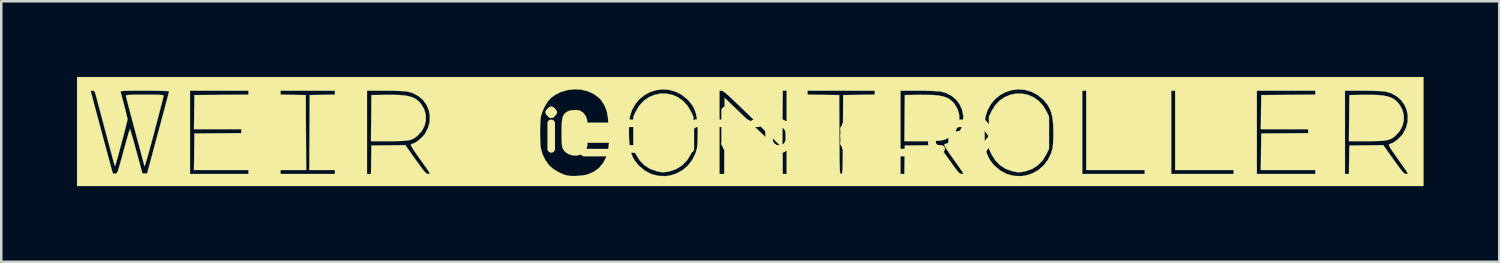
<source format=kicad_pcb>
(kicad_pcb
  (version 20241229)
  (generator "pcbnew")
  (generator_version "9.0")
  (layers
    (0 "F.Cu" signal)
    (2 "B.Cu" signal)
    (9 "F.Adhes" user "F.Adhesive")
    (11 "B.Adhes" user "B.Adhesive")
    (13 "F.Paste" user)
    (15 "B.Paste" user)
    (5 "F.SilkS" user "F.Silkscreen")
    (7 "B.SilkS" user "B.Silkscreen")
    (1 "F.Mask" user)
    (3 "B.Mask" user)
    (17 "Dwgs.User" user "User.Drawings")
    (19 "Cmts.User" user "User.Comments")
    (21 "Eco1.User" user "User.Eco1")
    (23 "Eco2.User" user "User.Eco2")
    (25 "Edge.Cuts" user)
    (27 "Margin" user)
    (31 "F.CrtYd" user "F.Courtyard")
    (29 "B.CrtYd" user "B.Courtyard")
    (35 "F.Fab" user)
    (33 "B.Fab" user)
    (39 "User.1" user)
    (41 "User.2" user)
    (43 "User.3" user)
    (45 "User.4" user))
  (footprint "weir_controller_text"
    (layer "F.Cu")
    (at 26.675 2.164)
    (property "Reference" "weir_controller_text" (at 0 0 0) (layer "F.SilkS") (effects (font (size 1.524 1.524) (thickness 0.3))))
    (attr through_hole)
    (fp_poly (pts (xy -13.873 -1.447) (xy -13.654 -1.425) (xy -13.476 -1.389) (xy -13.329 -1.337) (xy -13.208 -1.267) (xy -13.105 -1.176) (xy -13.027 -1.085) (xy -12.908 -0.88) (xy -12.848 -0.663) (xy -12.844 -0.441) (xy -12.897 -0.224) (xy -13.005 -0.021) (xy -13.161 0.152) (xy -13.243 0.221) (xy -13.322 0.274) (xy -13.407 0.314) (xy -13.508 0.343) (xy -13.634 0.362) (xy -13.793 0.373) (xy -13.996 0.379) (xy -14.25 0.381) (xy -14.31 0.381) (xy -15.019 0.381) (xy -15.01 -0.532) (xy -15.002 -1.445) (xy -14.462 -1.454) (xy -14.14 -1.455) (xy -13.873 -1.447)) (stroke (width 0.01) (type solid)) (fill yes) (layer "F.SilkS"))
    (fp_poly (pts (xy 7.272 -1.447) (xy 7.491 -1.425) (xy 7.67 -1.389) (xy 7.816 -1.337) (xy 7.937 -1.267) (xy 8.041 -1.176) (xy 8.119 -1.085) (xy 8.237 -0.88) (xy 8.298 -0.663) (xy 8.301 -0.441) (xy 8.249 -0.224) (xy 8.141 -0.021) (xy 7.985 0.152) (xy 7.903 0.221) (xy 7.824 0.274) (xy 7.738 0.314) (xy 7.637 0.343) (xy 7.512 0.362) (xy 7.353 0.373) (xy 7.15 0.379) (xy 6.895 0.381) (xy 6.836 0.381) (xy 6.127 0.381) (xy 6.135 -0.532) (xy 6.144 -1.445) (xy 6.683 -1.454) (xy 7.005 -1.455) (xy 7.272 -1.447)) (stroke (width 0.01) (type solid)) (fill yes) (layer "F.SilkS"))
    (fp_poly (pts (xy 24.893 -1.447) (xy 25.112 -1.425) (xy 25.291 -1.389) (xy 25.437 -1.337) (xy 25.558 -1.267) (xy 25.662 -1.176) (xy 25.74 -1.085) (xy 25.859 -0.88) (xy 25.919 -0.663) (xy 25.923 -0.441) (xy 25.87 -0.224) (xy 25.762 -0.021) (xy 25.606 0.152) (xy 25.524 0.221) (xy 25.445 0.274) (xy 25.359 0.314) (xy 25.259 0.343) (xy 25.133 0.362) (xy 24.974 0.373) (xy 24.771 0.379) (xy 24.516 0.381) (xy 24.457 0.381) (xy 23.748 0.381) (xy 23.756 -0.532) (xy 23.765 -1.445) (xy 24.305 -1.454) (xy 24.627 -1.455) (xy 24.893 -1.447)) (stroke (width 0.01) (type solid)) (fill yes) (layer "F.SilkS"))
    (fp_poly (pts (xy -3.301 -1.501) (xy -3.067 -1.452) (xy -2.846 -1.355) (xy -2.644 -1.211) (xy -2.469 -1.019) (xy -2.339 -0.8) (xy -2.238 -0.587) (xy -2.238 0.683) (xy -2.339 0.895) (xy -2.486 1.137) (xy -2.675 1.333) (xy -2.9 1.479) (xy -3.158 1.571) (xy -3.222 1.585) (xy -3.343 1.606) (xy -3.43 1.614) (xy -3.51 1.609) (xy -3.611 1.591) (xy -3.683 1.575) (xy -3.944 1.486) (xy -4.171 1.344) (xy -4.361 1.152) (xy -4.511 0.912) (xy -4.519 0.895) (xy -4.62 0.683) (xy -4.62 -0.587) (xy -4.519 -0.8) (xy -4.376 -1.036) (xy -4.199 -1.224) (xy -3.995 -1.364) (xy -3.773 -1.457) (xy -3.538 -1.503) (xy -3.301 -1.501)) (stroke (width 0.01) (type solid)) (fill yes) (layer "F.SilkS"))
    (fp_poly (pts (xy 10.796 -1.501) (xy 11.03 -1.452) (xy 11.251 -1.355) (xy 11.453 -1.211) (xy 11.628 -1.019) (xy 11.758 -0.8) (xy 11.859 -0.587) (xy 11.859 0.683) (xy 11.758 0.895) (xy 11.611 1.137) (xy 11.422 1.333) (xy 11.197 1.479) (xy 10.939 1.571) (xy 10.875 1.585) (xy 10.754 1.606) (xy 10.667 1.614) (xy 10.587 1.609) (xy 10.486 1.591) (xy 10.414 1.575) (xy 10.153 1.486) (xy 9.926 1.344) (xy 9.736 1.152) (xy 9.586 0.912) (xy 9.578 0.895) (xy 9.477 0.683) (xy 9.477 -0.587) (xy 9.578 -0.8) (xy 9.721 -1.036) (xy 9.898 -1.224) (xy 10.102 -1.364) (xy 10.324 -1.457) (xy 10.559 -1.503) (xy 10.796 -1.501)) (stroke (width 0.01) (type solid)) (fill yes) (layer "F.SilkS"))
    (fp_poly (pts (xy -23.745 -1.46) (xy -23.56 -1.458) (xy -23.425 -1.454) (xy -23.332 -1.448) (xy -23.275 -1.44) (xy -23.247 -1.428) (xy -23.241 -1.416) (xy -23.249 -1.377) (xy -23.272 -1.283) (xy -23.307 -1.14) (xy -23.355 -0.957) (xy -23.411 -0.738) (xy -23.476 -0.49) (xy -23.547 -0.221) (xy -23.59 -0.059) (xy -23.685 0.297) (xy -23.765 0.595) (xy -23.832 0.838) (xy -23.886 1.031) (xy -23.928 1.177) (xy -23.959 1.28) (xy -23.981 1.342) (xy -23.995 1.369) (xy -24.001 1.363) (xy -24.001 1.363) (xy -24.009 1.329) (xy -24.033 1.241) (xy -24.069 1.103) (xy -24.117 0.923) (xy -24.174 0.707) (xy -24.24 0.461) (xy -24.312 0.191) (xy -24.368 -0.017) (xy -24.444 -0.301) (xy -24.515 -0.566) (xy -24.578 -0.808) (xy -24.633 -1.018) (xy -24.678 -1.19) (xy -24.71 -1.319) (xy -24.729 -1.397) (xy -24.733 -1.419) (xy -24.721 -1.433) (xy -24.681 -1.443) (xy -24.605 -1.451) (xy -24.488 -1.456) (xy -24.324 -1.459) (xy -24.105 -1.46) (xy -23.987 -1.46) (xy -23.745 -1.46)) (stroke (width 0.01) (type solid)) (fill yes) (layer "F.SilkS"))
    (fp_poly (pts (xy 26.702 2.159) (xy -26.67 2.159) (xy -26.67 -1.607) (xy -26.13 -1.607) (xy -26.122 -1.574) (xy -26.1 -1.487) (xy -26.064 -1.352) (xy -26.018 -1.177) (xy -25.962 -0.968) (xy -25.899 -0.733) (xy -25.831 -0.478) (xy -25.759 -0.21) (xy -25.686 0.063) (xy -25.613 0.336) (xy -25.541 0.6) (xy -25.474 0.849) (xy -25.413 1.077) (xy -25.359 1.276) (xy -25.315 1.439) (xy -25.282 1.559) (xy -25.262 1.63) (xy -25.257 1.645) (xy -25.216 1.674) (xy -25.156 1.677) (xy -25.131 1.672) (xy -25.109 1.66) (xy -25.087 1.635) (xy -25.064 1.589) (xy -25.037 1.515) (xy -25.004 1.408) (xy -24.961 1.26) (xy -24.907 1.065) (xy -24.839 0.816) (xy -24.831 0.786) (xy -24.769 0.56) (xy -24.712 0.356) (xy -24.662 0.181) (xy -24.621 0.043) (xy -24.592 -0.051) (xy -24.576 -0.094) (xy -24.575 -0.095) (xy -24.562 -0.066) (xy -24.536 0.017) (xy -24.497 0.146) (xy -24.449 0.314) (xy -24.393 0.512) (xy -24.333 0.733) (xy -24.318 0.786) (xy -24.078 1.667) (xy -23.894 1.667) (xy -23.458 0.048) (xy -23.374 -0.262) (xy -23.296 -0.553) (xy -23.225 -0.82) (xy -23.162 -1.056) (xy -23.108 -1.257) (xy -23.066 -1.417) (xy -23.037 -1.529) (xy -23.022 -1.588) (xy -23.02 -1.595) (xy -23.05 -1.601) (xy -23.136 -1.607) (xy -23.27 -1.611) (xy -23.445 -1.615) (xy -23.652 -1.618) (xy -23.885 -1.619) (xy -23.989 -1.619) (xy -22.193 -1.619) (xy -22.193 1.683) (xy -19.875 1.683) (xy -19.875 1.524) (xy -22.036 1.524) (xy -22.027 0.802) (xy -22.019 0.079) (xy -21.09 0.071) (xy -20.161 0.063) (xy -20.161 -0.095) (xy -22.036 -0.095) (xy -22.027 -0.77) (xy -22.019 -1.445) (xy -20.947 -1.453) (xy -19.875 -1.461) (xy -19.875 -1.619) (xy -18.605 -1.619) (xy -18.605 -1.462) (xy -18.105 -1.453) (xy -17.605 -1.445) (xy -17.597 0.04) (xy -17.589 1.524) (xy -18.605 1.524) (xy -18.605 1.683) (xy -16.447 1.683) (xy -16.447 1.524) (xy -17.463 1.524) (xy -17.455 0.04) (xy -17.447 -1.445) (xy -16.947 -1.453) (xy -16.447 -1.462) (xy -16.447 -1.619) (xy -15.177 -1.619) (xy -15.177 1.683) (xy -15.019 1.683) (xy -15.011 1.119) (xy -15.002 0.556) (xy -13.659 0.539) (xy -13.252 1.111) (xy -13.117 1.299) (xy -13.013 1.441) (xy -12.934 1.544) (xy -12.875 1.613) (xy -12.83 1.655) (xy -12.794 1.676) (xy -12.761 1.683) (xy -12.755 1.683) (xy -12.722 1.684) (xy -12.699 1.682) (xy -12.688 1.673) (xy -12.693 1.649) (xy -12.717 1.604) (xy -12.763 1.533) (xy -12.835 1.429) (xy -12.937 1.286) (xy -13.071 1.098) (xy -13.092 1.069) (xy -13.224 0.882) (xy -13.321 0.74) (xy -13.386 0.637) (xy -13.423 0.567) (xy -13.436 0.525) (xy -13.428 0.506) (xy -13.37 0.48) (xy -13.35 0.477) (xy -13.286 0.454) (xy -13.194 0.396) (xy -13.09 0.314) (xy -12.989 0.22) (xy -12.905 0.126) (xy -12.89 0.107) (xy -8.317 0.107) (xy -8.314 0.307) (xy -8.306 0.486) (xy -8.293 0.625) (xy -8.286 0.67) (xy -8.218 0.905) (xy -8.108 1.132) (xy -7.969 1.326) (xy -7.926 1.372) (xy -7.764 1.504) (xy -7.567 1.622) (xy -7.361 1.711) (xy -7.239 1.745) (xy -7.094 1.762) (xy -6.912 1.764) (xy -6.718 1.751) (xy -6.538 1.726) (xy -6.424 1.7) (xy -6.182 1.595) (xy -5.977 1.441) (xy -5.812 1.242) (xy -5.69 1.002) (xy -5.616 0.727) (xy -5.605 0.643) (xy -5.582 0.445) (xy -6.445 0.445) (xy -6.445 0.548) (xy -6.463 0.646) (xy -6.504 0.747) (xy -6.51 0.756) (xy -6.608 0.861) (xy -6.741 0.926) (xy -6.893 0.952) (xy -7.05 0.939) (xy -7.199 0.889) (xy -7.324 0.802) (xy -7.402 0.699) (xy -7.424 0.65) (xy -7.44 0.59) (xy -7.451 0.51) (xy -7.457 0.398) (xy -7.46 0.244) (xy -7.461 0.048) (xy -7.461 0.048) (xy -4.794 0.048) (xy -4.787 0.354) (xy -4.762 0.609) (xy -4.718 0.822) (xy -4.65 1.005) (xy -4.555 1.167) (xy -4.43 1.319) (xy -4.384 1.367) (xy -4.153 1.557) (xy -3.899 1.688) (xy -3.627 1.758) (xy -3.34 1.768) (xy -3.171 1.746) (xy -2.907 1.665) (xy -2.665 1.53) (xy -2.455 1.348) (xy -2.284 1.127) (xy -2.158 0.874) (xy -2.099 0.673) (xy -2.086 0.579) (xy -2.075 0.438) (xy -2.067 0.269) (xy -2.064 0.088) (xy -2.064 0.048) (xy -2.071 -0.259) (xy -2.096 -0.513) (xy -2.14 -0.727) (xy -2.208 -0.91) (xy -2.303 -1.072) (xy -2.428 -1.224) (xy -2.474 -1.272) (xy -2.696 -1.453) (xy -2.937 -1.579) (xy -3.077 -1.619) (xy -1.206 -1.619) (xy -1.206 1.683) (xy -1.017 1.683) (xy -1.008 0.174) (xy -1 -1.335) (xy 0.15 -0.231) (xy 1.3 0.873) (xy 1.301 1.278) (xy 1.302 1.683) (xy 1.46 1.683) (xy 1.46 -1.619) (xy 2.286 -1.619) (xy 2.286 -1.462) (xy 2.913 -1.453) (xy 3.54 -1.445) (xy 3.548 0.119) (xy 3.55 0.474) (xy 3.552 0.771) (xy 3.554 1.015) (xy 3.557 1.211) (xy 3.56 1.364) (xy 3.564 1.48) (xy 3.569 1.564) (xy 3.576 1.621) (xy 3.584 1.656) (xy 3.594 1.674) (xy 3.606 1.682) (xy 3.619 1.683) (xy 3.634 1.681) (xy 3.646 1.673) (xy 3.656 1.654) (xy 3.664 1.617) (xy 3.67 1.559) (xy 3.675 1.473) (xy 3.679 1.354) (xy 3.682 1.198) (xy 3.685 0.999) (xy 3.687 0.752) (xy 3.689 0.451) (xy 3.691 0.119) (xy 3.699 -1.445) (xy 4.326 -1.453) (xy 4.953 -1.462) (xy 4.953 -1.619) (xy 5.969 -1.619) (xy 5.969 1.683) (xy 6.126 1.683) (xy 6.135 1.119) (xy 6.144 0.556) (xy 7.487 0.539) (xy 7.894 1.111) (xy 8.028 1.299) (xy 8.132 1.441) (xy 8.211 1.544) (xy 8.27 1.613) (xy 8.315 1.655) (xy 8.351 1.676) (xy 8.384 1.683) (xy 8.391 1.683) (xy 8.423 1.684) (xy 8.447 1.682) (xy 8.457 1.673) (xy 8.453 1.649) (xy 8.429 1.604) (xy 8.382 1.533) (xy 8.31 1.429) (xy 8.209 1.286) (xy 8.075 1.098) (xy 8.054 1.069) (xy 7.922 0.882) (xy 7.825 0.74) (xy 7.76 0.637) (xy 7.722 0.567) (xy 7.71 0.525) (xy 7.718 0.506) (xy 7.776 0.48) (xy 7.795 0.477) (xy 7.86 0.454) (xy 7.951 0.396) (xy 8.055 0.314) (xy 8.156 0.22) (xy 8.241 0.126) (xy 8.27 0.086) (xy 8.29 0.048) (xy 9.303 0.048) (xy 9.31 0.354) (xy 9.335 0.609) (xy 9.379 0.822) (xy 9.447 1.005) (xy 9.542 1.167) (xy 9.667 1.319) (xy 9.713 1.367) (xy 9.944 1.557) (xy 10.198 1.688) (xy 10.47 1.758) (xy 10.757 1.768) (xy 10.926 1.746) (xy 11.19 1.665) (xy 11.432 1.53) (xy 11.642 1.348) (xy 11.813 1.127) (xy 11.939 0.874) (xy 11.998 0.673) (xy 12.011 0.579) (xy 12.022 0.438) (xy 12.03 0.269) (xy 12.033 0.088) (xy 12.033 0.048) (xy 12.026 -0.259) (xy 12.001 -0.513) (xy 11.957 -0.727) (xy 11.889 -0.91) (xy 11.794 -1.072) (xy 11.669 -1.224) (xy 11.623 -1.272) (xy 11.401 -1.453) (xy 11.16 -1.579) (xy 11.02 -1.619) (xy 13.176 -1.619) (xy 13.176 1.683) (xy 15.653 1.683) (xy 15.653 1.524) (xy 13.335 1.524) (xy 13.335 -1.619) (xy 16.701 -1.619) (xy 16.701 1.683) (xy 19.177 1.683) (xy 19.177 1.524) (xy 16.859 1.524) (xy 16.859 -1.619) (xy 20.098 -1.619) (xy 20.098 1.683) (xy 22.416 1.683) (xy 22.416 1.524) (xy 20.255 1.524) (xy 20.264 0.802) (xy 20.272 0.079) (xy 21.201 0.071) (xy 22.13 0.063) (xy 22.13 -0.095) (xy 20.255 -0.095) (xy 20.264 -0.77) (xy 20.272 -1.445) (xy 21.344 -1.453) (xy 22.416 -1.461) (xy 22.416 -1.619) (xy 23.59 -1.619) (xy 23.59 1.683) (xy 23.748 1.683) (xy 23.756 1.119) (xy 23.765 0.556) (xy 25.108 0.539) (xy 25.515 1.111) (xy 25.65 1.299) (xy 25.754 1.441) (xy 25.832 1.544) (xy 25.892 1.613) (xy 25.937 1.655) (xy 25.973 1.676) (xy 26.006 1.683) (xy 26.012 1.683) (xy 26.044 1.684) (xy 26.068 1.682) (xy 26.079 1.673) (xy 26.074 1.649) (xy 26.05 1.604) (xy 26.004 1.533) (xy 25.931 1.429) (xy 25.83 1.286) (xy 25.696 1.098) (xy 25.675 1.069) (xy 25.543 0.882) (xy 25.446 0.74) (xy 25.381 0.637) (xy 25.344 0.567) (xy 25.331 0.525) (xy 25.339 0.506) (xy 25.397 0.48) (xy 25.416 0.477) (xy 25.481 0.454) (xy 25.572 0.396) (xy 25.676 0.314) (xy 25.778 0.22) (xy 25.862 0.126) (xy 25.891 0.086) (xy 26.012 -0.148) (xy 26.075 -0.387) (xy 26.082 -0.626) (xy 26.038 -0.855) (xy 25.946 -1.067) (xy 25.807 -1.254) (xy 25.627 -1.409) (xy 25.408 -1.524) (xy 25.194 -1.585) (xy 25.107 -1.595) (xy 24.968 -1.604) (xy 24.791 -1.611) (xy 24.587 -1.617) (xy 24.37 -1.619) (xy 24.299 -1.619) (xy 23.59 -1.619) (xy 22.416 -1.619) (xy 20.098 -1.619) (xy 16.859 -1.619) (xy 16.701 -1.619) (xy 13.335 -1.619) (xy 13.176 -1.619) (xy 11.02 -1.619) (xy 10.907 -1.651) (xy 10.65 -1.672) (xy 10.396 -1.644) (xy 10.152 -1.569) (xy 9.926 -1.45) (xy 9.723 -1.287) (xy 9.553 -1.085) (xy 9.421 -0.844) (xy 9.338 -0.578) (xy 9.325 -0.483) (xy 9.314 -0.343) (xy 9.306 -0.173) (xy 9.303 0.007) (xy 9.303 0.048) (xy 8.29 0.048) (xy 8.391 -0.148) (xy 8.454 -0.387) (xy 8.461 -0.626) (xy 8.417 -0.855) (xy 8.324 -1.067) (xy 8.186 -1.254) (xy 8.006 -1.409) (xy 7.787 -1.524) (xy 7.573 -1.585) (xy 7.486 -1.595) (xy 7.347 -1.604) (xy 7.17 -1.611) (xy 6.966 -1.617) (xy 6.749 -1.619) (xy 6.678 -1.619) (xy 5.969 -1.619) (xy 4.953 -1.619) (xy 2.286 -1.619) (xy 1.46 -1.619) (xy 1.382 -1.619) (xy 1.303 -1.619) (xy 1.294 -0.49) (xy 1.286 0.638) (xy 0.129 -0.49) (xy -0.137 -0.75) (xy -0.362 -0.967) (xy -0.55 -1.147) (xy -0.703 -1.292) (xy -0.826 -1.406) (xy -0.922 -1.491) (xy -0.996 -1.552) (xy -1.05 -1.591) (xy -1.089 -1.613) (xy -1.117 -1.619) (xy -1.117 -1.619) (xy -1.206 -1.619) (xy -3.077 -1.619) (xy -3.19 -1.651) (xy -3.447 -1.672) (xy -3.701 -1.644) (xy -3.945 -1.569) (xy -4.171 -1.45) (xy -4.374 -1.287) (xy -4.544 -1.085) (xy -4.676 -0.844) (xy -4.759 -0.578) (xy -4.772 -0.483) (xy -4.783 -0.343) (xy -4.791 -0.173) (xy -4.794 0.007) (xy -4.794 0.048) (xy -7.461 0.048) (xy -7.459 -0.183) (xy -7.452 -0.36) (xy -7.436 -0.493) (xy -7.411 -0.592) (xy -7.373 -0.667) (xy -7.32 -0.728) (xy -7.264 -0.773) (xy -7.162 -0.82) (xy -7.026 -0.847) (xy -6.882 -0.853) (xy -6.757 -0.835) (xy -6.731 -0.825) (xy -6.605 -0.742) (xy -6.508 -0.618) (xy -6.457 -0.474) (xy -6.437 -0.349) (xy -5.611 -0.349) (xy -5.627 -0.568) (xy -5.671 -0.811) (xy -5.764 -1.043) (xy -5.897 -1.247) (xy -5.973 -1.33) (xy -6.18 -1.486) (xy -6.419 -1.596) (xy -6.68 -1.659) (xy -6.953 -1.676) (xy -7.226 -1.646) (xy -7.489 -1.57) (xy -7.731 -1.447) (xy -7.885 -1.331) (xy -8.004 -1.199) (xy -8.116 -1.024) (xy -8.21 -0.828) (xy -8.275 -0.632) (xy -8.287 -0.575) (xy -8.301 -0.457) (xy -8.311 -0.292) (xy -8.316 -0.099) (xy -8.317 0.107) (xy -12.89 0.107) (xy -12.875 0.086) (xy -12.755 -0.148) (xy -12.692 -0.387) (xy -12.684 -0.626) (xy -12.728 -0.855) (xy -12.821 -1.067) (xy -12.959 -1.254) (xy -13.14 -1.409) (xy -13.359 -1.524) (xy -13.572 -1.585) (xy -13.66 -1.595) (xy -13.799 -1.604) (xy -13.976 -1.611) (xy -14.179 -1.617) (xy -14.396 -1.619) (xy -14.468 -1.619) (xy -15.177 -1.619) (xy -16.447 -1.619) (xy -18.605 -1.619) (xy -19.875 -1.619) (xy -22.193 -1.619) (xy -23.989 -1.619) (xy -24.263 -1.619) (xy -24.48 -1.618) (xy -24.646 -1.616) (xy -24.768 -1.613) (xy -24.853 -1.608) (xy -24.906 -1.601) (xy -24.935 -1.591) (xy -24.945 -1.579) (xy -24.944 -1.564) (xy -24.907 -1.432) (xy -24.865 -1.276) (xy -24.82 -1.106) (xy -24.777 -0.936) (xy -24.737 -0.776) (xy -24.704 -0.64) (xy -24.68 -0.539) (xy -24.67 -0.485) (xy -24.67 -0.481) (xy -24.678 -0.439) (xy -24.7 -0.346) (xy -24.733 -0.212) (xy -24.776 -0.046) (xy -24.825 0.143) (xy -24.879 0.346) (xy -24.934 0.553) (xy -24.988 0.755) (xy -25.039 0.942) (xy -25.084 1.105) (xy -25.121 1.235) (xy -25.147 1.322) (xy -25.159 1.358) (xy -25.16 1.358) (xy -25.163 1.361) (xy -25.167 1.361) (xy -25.173 1.352) (xy -25.182 1.329) (xy -25.195 1.286) (xy -25.215 1.219) (xy -25.242 1.122) (xy -25.277 0.991) (xy -25.323 0.82) (xy -25.381 0.604) (xy -25.452 0.338) (xy -25.537 0.017) (xy -25.559 -0.064) (xy -25.634 -0.347) (xy -25.706 -0.614) (xy -25.771 -0.86) (xy -25.829 -1.076) (xy -25.877 -1.256) (xy -25.913 -1.392) (xy -25.936 -1.477) (xy -25.942 -1.5) (xy -25.972 -1.581) (xy -26.012 -1.614) (xy -26.052 -1.619) (xy -26.111 -1.615) (xy -26.13 -1.607) (xy -26.67 -1.607) (xy -26.67 -2.159) (xy 26.702 -2.159) (xy 26.702 2.159)) (stroke (width 0.01) (type solid)) (fill yes) (layer "F.SilkS")))
  (gr_rect
    (start -3 -3)
    (end 56.382 7.328)
    (stroke (width 0.1) (type default))
    (fill no)
    (layer "Edge.Cuts")))
</source>
